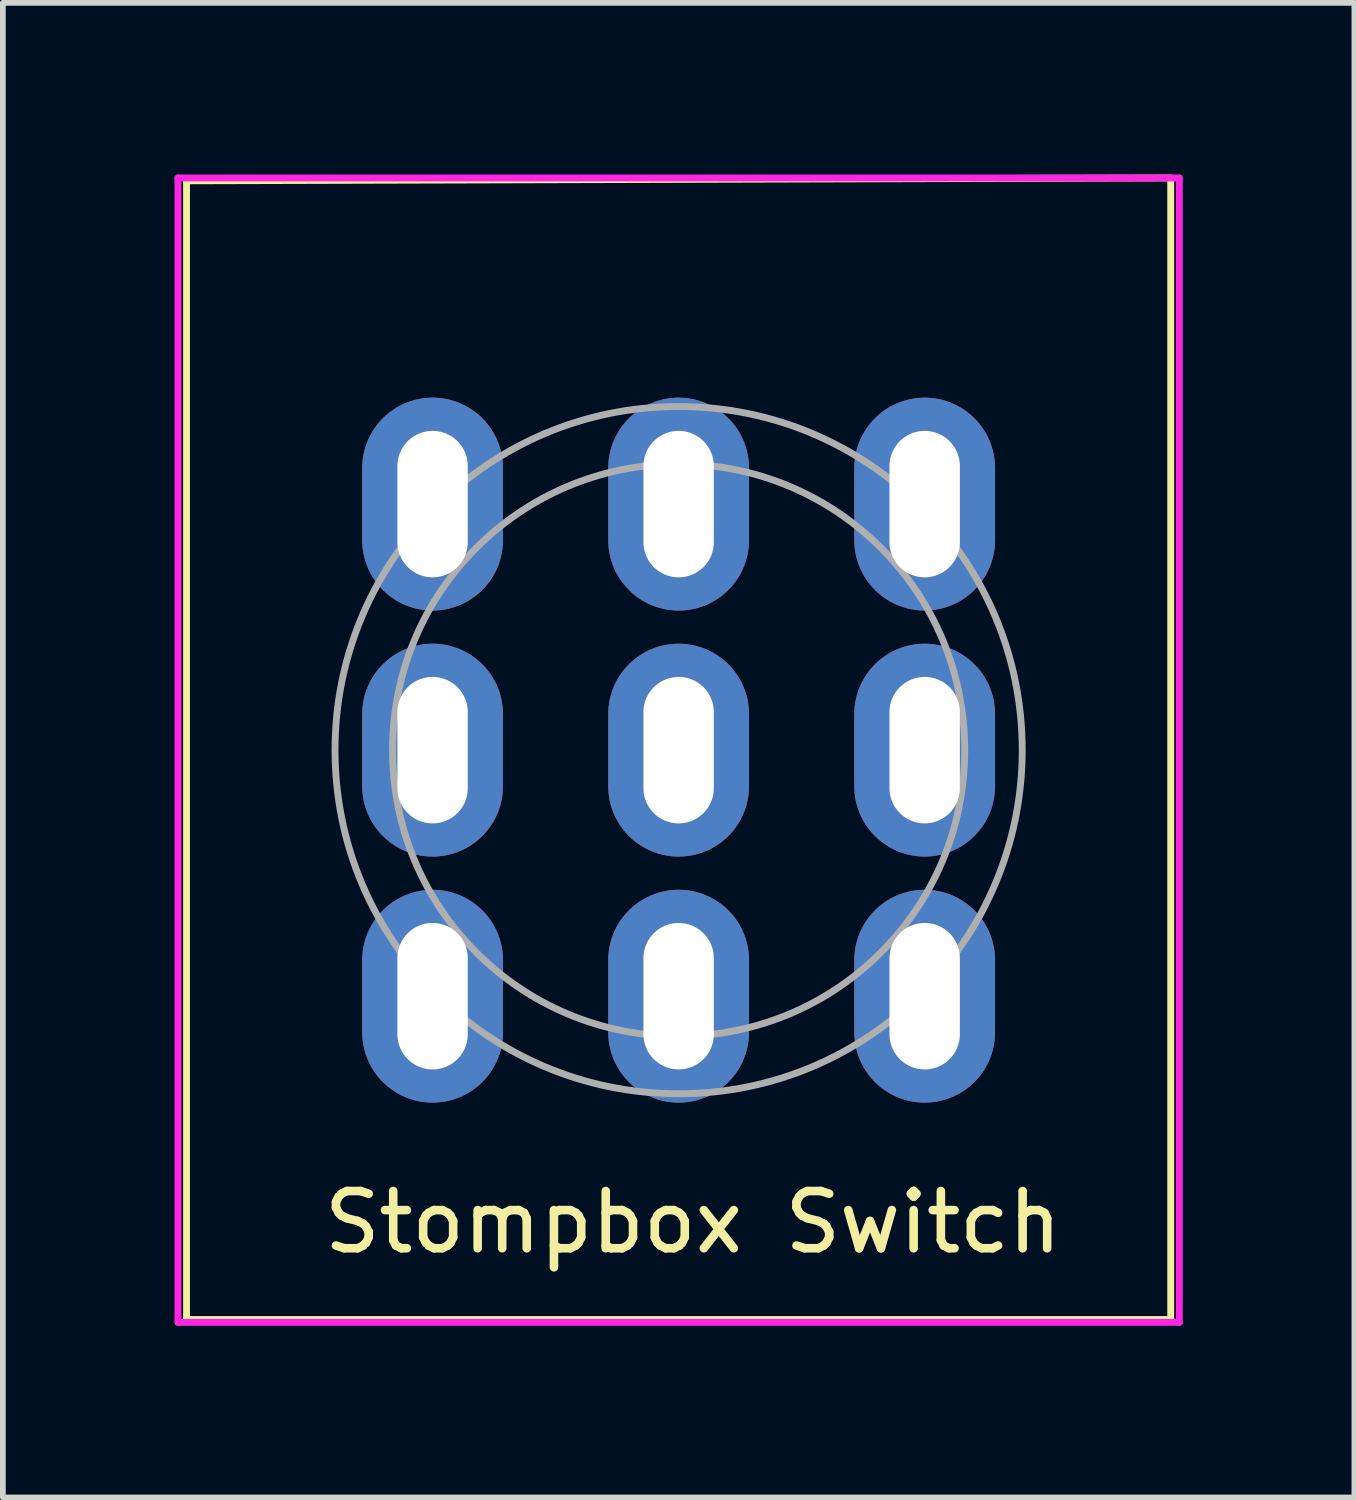
<source format=kicad_pcb>
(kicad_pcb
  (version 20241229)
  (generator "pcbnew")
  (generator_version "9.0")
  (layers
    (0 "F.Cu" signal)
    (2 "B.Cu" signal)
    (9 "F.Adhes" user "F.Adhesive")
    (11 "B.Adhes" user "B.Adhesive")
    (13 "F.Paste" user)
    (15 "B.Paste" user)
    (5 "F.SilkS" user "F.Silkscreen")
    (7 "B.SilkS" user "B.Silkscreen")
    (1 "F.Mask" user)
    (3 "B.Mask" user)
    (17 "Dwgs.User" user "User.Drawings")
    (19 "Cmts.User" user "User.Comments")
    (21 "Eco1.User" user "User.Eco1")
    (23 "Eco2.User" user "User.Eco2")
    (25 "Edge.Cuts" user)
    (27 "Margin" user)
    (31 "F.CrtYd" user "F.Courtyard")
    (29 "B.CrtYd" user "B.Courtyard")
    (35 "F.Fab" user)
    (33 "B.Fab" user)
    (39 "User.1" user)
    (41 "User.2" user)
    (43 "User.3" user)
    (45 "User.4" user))
  (footprint "Stompbox Switch"
    (layer "F.Cu")
    (at 8.81 10.06)
    (property "Reference" "Stompbox Switch" (at 0.25 8.25 0) (layer "F.SilkS") (effects (font (size 1 1) (thickness 0.15))))
    (attr through_hole)
    (fp_line (start -8.6 -9.95) (end -8.6 9.95) (stroke (width 0.12) (type solid)) (layer "F.SilkS"))
    (fp_line (start -8.6 -9.95) (end 8.6 -10) (stroke (width 0.12) (type solid)) (layer "F.SilkS"))
    (fp_line (start -8.6 9.95) (end 8.6 9.95) (stroke (width 0.12) (type solid)) (layer "F.SilkS"))
    (fp_line (start 8.6 -9.95) (end 8.6 9.95) (stroke (width 0.12) (type solid)) (layer "F.SilkS"))
    (fp_line (start -8.75 -10) (end -8.75 10) (stroke (width 0.12) (type solid)) (layer "F.CrtYd"))
    (fp_line (start -8.75 -10) (end 8.75 -10) (stroke (width 0.12) (type solid)) (layer "F.CrtYd"))
    (fp_line (start -8.75 10) (end 8.75 10) (stroke (width 0.12) (type solid)) (layer "F.CrtYd"))
    (fp_line (start 8.75 -10) (end 8.75 10) (stroke (width 0.12) (type solid)) (layer "F.CrtYd"))
    (fp_circle (center 0 0) (end 5 0) (stroke (width 0.12) (type solid)) (fill no) (layer "F.Fab"))
    (fp_circle (center 0 0) (end 6.005 0) (stroke (width 0.12) (type solid)) (fill no) (layer "F.Fab"))
    (pad "1" thru_hole oval (at -4.3 -4.3) (size 2.46 3.72) (drill oval 1.23 2.56) (layers "*.Cu" "*.Mask"))
    (pad "2" thru_hole oval (at 0 -4.3) (size 2.46 3.72) (drill oval 1.23 2.56) (layers "*.Cu" "*.Mask"))
    (pad "3" thru_hole oval (at 4.3 -4.3) (size 2.46 3.72) (drill oval 1.23 2.56) (layers "*.Cu" "*.Mask"))
    (pad "4" thru_hole oval (at -4.3 0) (size 2.46 3.72) (drill oval 1.23 2.56) (layers "*.Cu" "*.Mask"))
    (pad "5" thru_hole oval (at 0 0) (size 2.46 3.72) (drill oval 1.23 2.56) (layers "*.Cu" "*.Mask"))
    (pad "6" thru_hole oval (at 4.3 0) (size 2.46 3.72) (drill oval 1.23 2.56) (layers "*.Cu" "*.Mask"))
    (pad "7" thru_hole oval (at -4.3 4.3) (size 2.46 3.72) (drill oval 1.23 2.56) (layers "*.Cu" "*.Mask"))
    (pad "8" thru_hole oval (at 0 4.3) (size 2.46 3.72) (drill oval 1.23 2.56) (layers "*.Cu" "*.Mask"))
    (pad "9" thru_hole oval (at 4.3 4.3) (size 2.46 3.72) (drill oval 1.23 2.56) (layers "*.Cu" "*.Mask")))
  (gr_rect
    (start -3 -3)
    (end 20.62 23.12)
    (stroke (width 0.1) (type default))
    (fill no)
    (layer "Edge.Cuts")))
</source>
